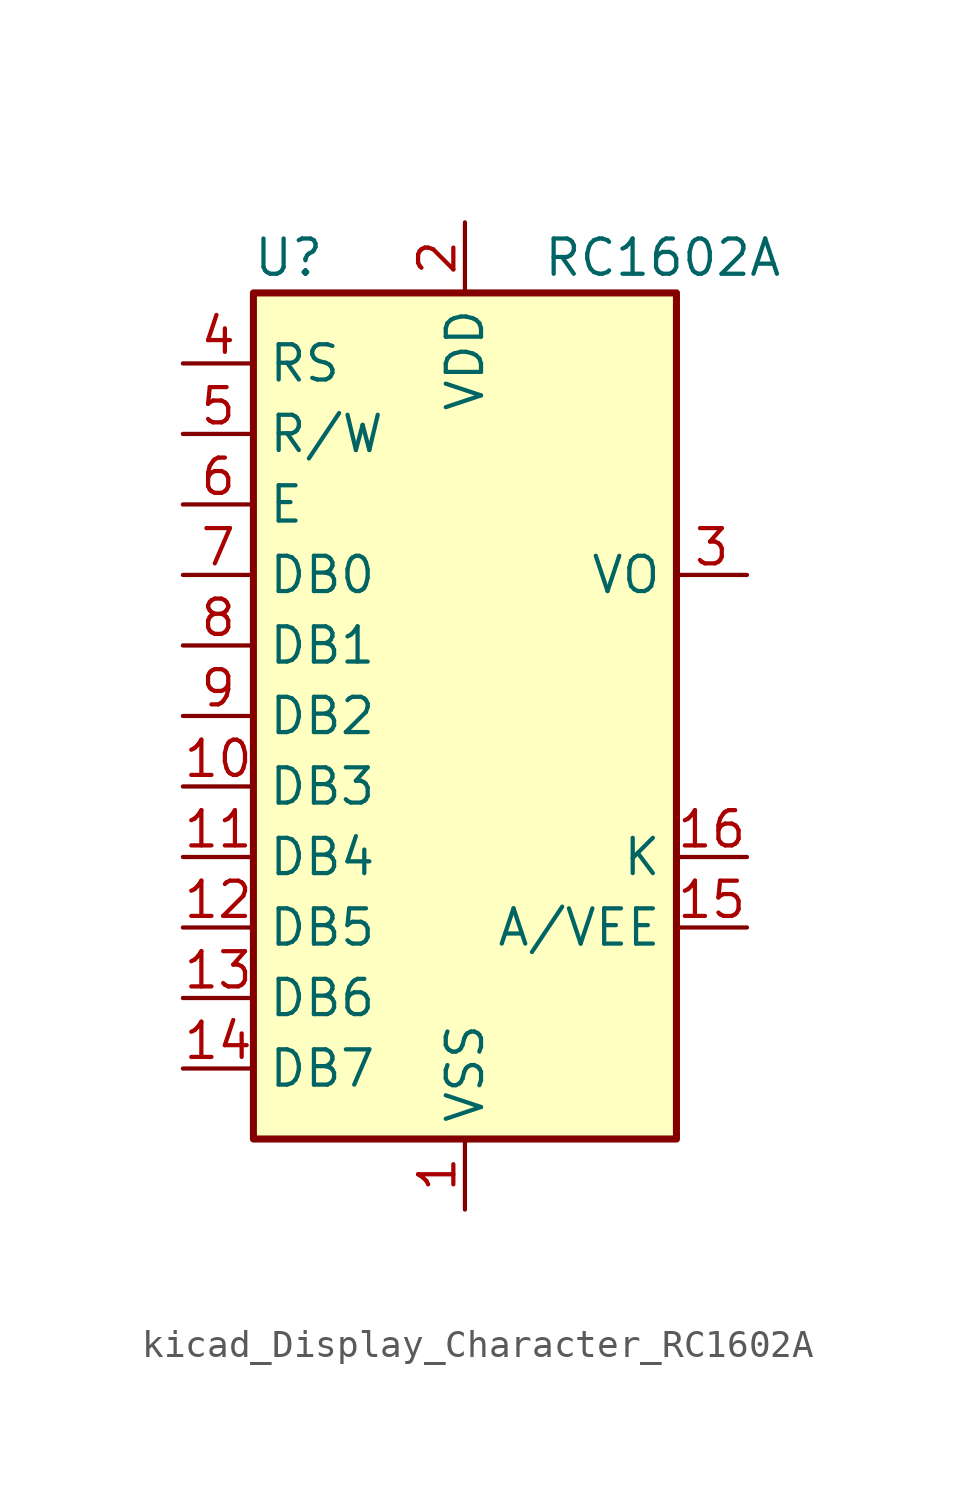
<source format=kicad_sym>
(kicad_symbol_lib
  (version 20220914)
  (generator kicad_symbol_editor)
  (symbol "kicad_Display_Character_RC1602A"
    (property "Reference" "U"
      (at -6.35 16.51 0)
      (effects (font (size 1.27 1.27))))
    (property "Value" "RC1602A"
      (at 2.794 16.51 0)
      (effects (font (size 1.27 1.27)) (justify left)))
    (symbol "kicad_Display_Character_RC1602A_0_1"
      (rectangle (start -7.62 15.24) (end 7.62 -15.24) (stroke (width 0.254) (type default)) (fill (type background))))
    (symbol "kicad_Display_Character_RC1602A_1_1"
      (pin power_in line (at 0 -17.78 90) (length 2.54) (name "VSS" (effects (font (size 1.27 1.27)))) (number "1" (effects (font (size 1.27 1.27)))))
      (pin bidirectional line (at -10.16 -2.54 0) (length 2.54) (name "DB3" (effects (font (size 1.27 1.27)))) (number "10" (effects (font (size 1.27 1.27)))))
      (pin bidirectional line (at -10.16 -5.08 0) (length 2.54) (name "DB4" (effects (font (size 1.27 1.27)))) (number "11" (effects (font (size 1.27 1.27)))))
      (pin bidirectional line (at -10.16 -7.62 0) (length 2.54) (name "DB5" (effects (font (size 1.27 1.27)))) (number "12" (effects (font (size 1.27 1.27)))))
      (pin bidirectional line (at -10.16 -10.16 0) (length 2.54) (name "DB6" (effects (font (size 1.27 1.27)))) (number "13" (effects (font (size 1.27 1.27)))))
      (pin bidirectional line (at -10.16 -12.7 0) (length 2.54) (name "DB7" (effects (font (size 1.27 1.27)))) (number "14" (effects (font (size 1.27 1.27)))))
      (pin power_in line (at 10.16 -7.62 180) (length 2.54) (name "A/VEE" (effects (font (size 1.27 1.27)))) (number "15" (effects (font (size 1.27 1.27)))))
      (pin power_in line (at 10.16 -5.08 180) (length 2.54) (name "K" (effects (font (size 1.27 1.27)))) (number "16" (effects (font (size 1.27 1.27)))))
      (pin power_in line (at 0 17.78 270) (length 2.54) (name "VDD" (effects (font (size 1.27 1.27)))) (number "2" (effects (font (size 1.27 1.27)))))
      (pin power_in line (at 10.16 5.08 180) (length 2.54) (name "VO" (effects (font (size 1.27 1.27)))) (number "3" (effects (font (size 1.27 1.27)))))
      (pin input line (at -10.16 12.7 0) (length 2.54) (name "RS" (effects (font (size 1.27 1.27)))) (number "4" (effects (font (size 1.27 1.27)))))
      (pin input line (at -10.16 10.16 0) (length 2.54) (name "R/W" (effects (font (size 1.27 1.27)))) (number "5" (effects (font (size 1.27 1.27)))))
      (pin input line (at -10.16 7.62 0) (length 2.54) (name "E" (effects (font (size 1.27 1.27)))) (number "6" (effects (font (size 1.27 1.27)))))
      (pin bidirectional line (at -10.16 5.08 0) (length 2.54) (name "DB0" (effects (font (size 1.27 1.27)))) (number "7" (effects (font (size 1.27 1.27)))))
      (pin bidirectional line (at -10.16 2.54 0) (length 2.54) (name "DB1" (effects (font (size 1.27 1.27)))) (number "8" (effects (font (size 1.27 1.27)))))
      (pin bidirectional line (at -10.16 0 0) (length 2.54) (name "DB2" (effects (font (size 1.27 1.27)))) (number "9" (effects (font (size 1.27 1.27))))))))
</source>
